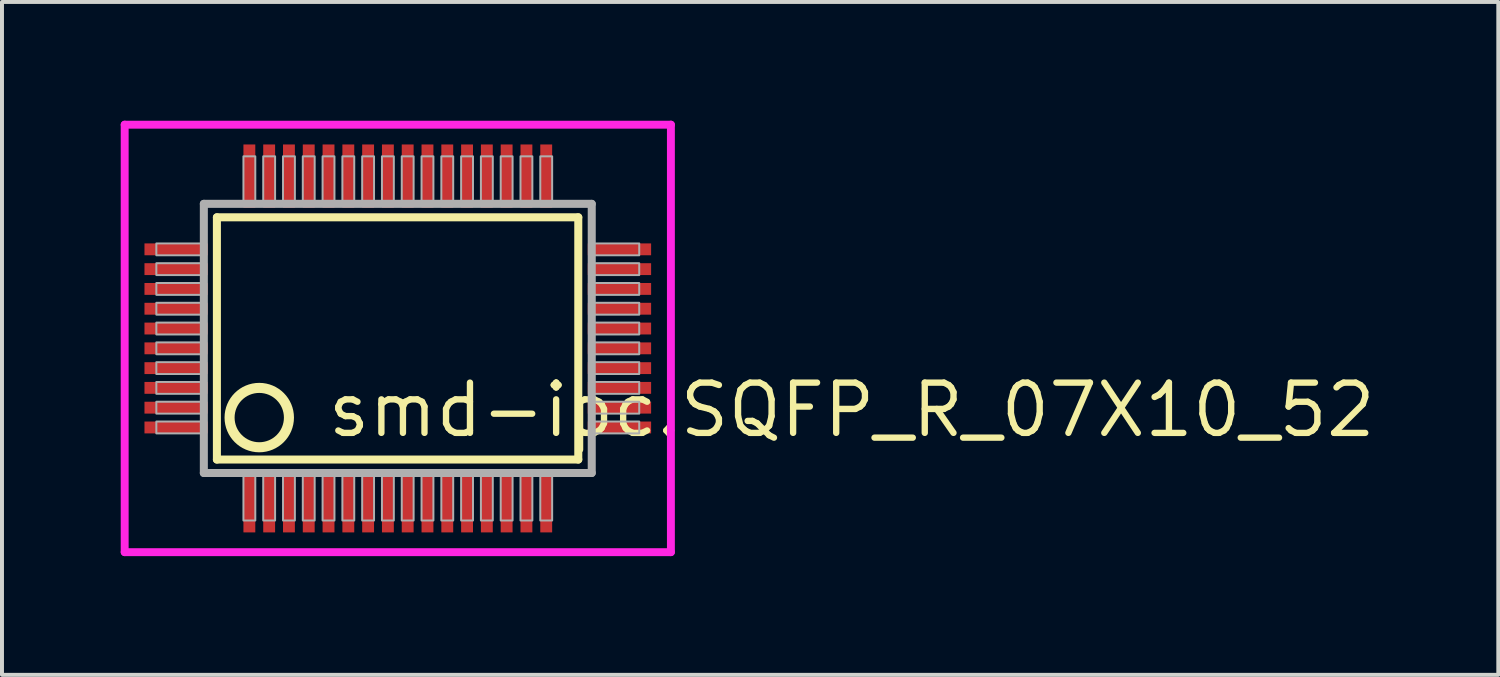
<source format=kicad_pcb>
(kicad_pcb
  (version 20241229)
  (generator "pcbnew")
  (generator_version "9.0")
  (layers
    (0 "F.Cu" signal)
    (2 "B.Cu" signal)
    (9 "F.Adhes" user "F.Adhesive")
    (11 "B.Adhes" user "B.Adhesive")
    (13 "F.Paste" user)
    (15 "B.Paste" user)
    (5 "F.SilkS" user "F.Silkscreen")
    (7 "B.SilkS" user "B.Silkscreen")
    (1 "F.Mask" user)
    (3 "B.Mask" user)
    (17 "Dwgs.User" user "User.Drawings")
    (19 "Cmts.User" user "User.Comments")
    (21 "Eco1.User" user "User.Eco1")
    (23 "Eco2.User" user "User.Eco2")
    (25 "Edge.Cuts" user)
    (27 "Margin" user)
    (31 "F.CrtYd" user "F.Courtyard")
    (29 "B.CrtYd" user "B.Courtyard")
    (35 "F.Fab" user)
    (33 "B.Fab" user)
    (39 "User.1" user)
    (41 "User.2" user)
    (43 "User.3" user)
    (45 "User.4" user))
  (footprint "smd-ipc.SQFP_R_07X10_52"
    (layer "F.Cu")
    (at 7 5.5)
    (property "Reference" "smd-ipc.SQFP_R_07X10_52" (at -1.85 2.55 0) (layer "F.SilkS") (effects (font (size 1.27 1.27) (thickness 0.16)) (justify left bottom)))
    (attr smd)
    (fp_line (start -4.57 -3.06) (end 4.56 -3.06) (stroke (width 0.203) (type default)) (layer "F.SilkS"))
    (fp_line (start -4.57 3.06) (end -4.57 -3.06) (stroke (width 0.203) (type default)) (layer "F.SilkS"))
    (fp_line (start 4.56 -3.06) (end 4.56 3.06) (stroke (width 0.203) (type default)) (layer "F.SilkS"))
    (fp_line (start 4.56 3.06) (end -4.57 3.06) (stroke (width 0.203) (type default)) (layer "F.SilkS"))
    (fp_circle (center -3.5 2) (end -2.75 2) (stroke (width 0.254) (type default)) (fill no) (layer "F.SilkS"))
    (fp_line (start -6.9 -5.4) (end 6.9 -5.4) (stroke (width 0.2) (type default)) (layer "F.CrtYd"))
    (fp_line (start -6.9 5.4) (end -6.9 -5.4) (stroke (width 0.2) (type default)) (layer "F.CrtYd"))
    (fp_line (start 6.9 -5.4) (end 6.9 5.4) (stroke (width 0.2) (type default)) (layer "F.CrtYd"))
    (fp_line (start 6.9 5.4) (end -6.9 5.4) (stroke (width 0.2) (type default)) (layer "F.CrtYd"))
    (fp_line (start -4.9 -3.4) (end -4.9 3.4) (stroke (width 0.203) (type default)) (layer "F.Fab"))
    (fp_line (start -4.9 3.4) (end 4.9 3.4) (stroke (width 0.203) (type default)) (layer "F.Fab"))
    (fp_line (start 4.9 -3.4) (end -4.9 -3.4) (stroke (width 0.203) (type default)) (layer "F.Fab"))
    (fp_line (start 4.9 3.4) (end 4.9 -3.4) (stroke (width 0.203) (type default)) (layer "F.Fab"))
    (fp_rect (start -6.1 -2.1) (end -4.95 -2.4) (stroke (width 0.05) (type default)) (fill no) (layer "F.Fab"))
    (fp_rect (start -6.1 -1.6) (end -4.95 -1.9) (stroke (width 0.05) (type default)) (fill no) (layer "F.Fab"))
    (fp_rect (start -6.1 -1.1) (end -4.95 -1.4) (stroke (width 0.05) (type default)) (fill no) (layer "F.Fab"))
    (fp_rect (start -6.1 -0.6) (end -4.95 -0.9) (stroke (width 0.05) (type default)) (fill no) (layer "F.Fab"))
    (fp_rect (start -6.1 -0.1) (end -4.95 -0.4) (stroke (width 0.05) (type default)) (fill no) (layer "F.Fab"))
    (fp_rect (start -6.1 0.4) (end -4.95 0.1) (stroke (width 0.05) (type default)) (fill no) (layer "F.Fab"))
    (fp_rect (start -6.1 0.9) (end -4.95 0.6) (stroke (width 0.05) (type default)) (fill no) (layer "F.Fab"))
    (fp_rect (start -6.1 1.4) (end -4.95 1.1) (stroke (width 0.05) (type default)) (fill no) (layer "F.Fab"))
    (fp_rect (start -6.1 1.9) (end -4.95 1.6) (stroke (width 0.05) (type default)) (fill no) (layer "F.Fab"))
    (fp_rect (start -6.1 2.4) (end -4.95 2.1) (stroke (width 0.05) (type default)) (fill no) (layer "F.Fab"))
    (fp_rect (start -3.9 -3.45) (end -3.6 -4.6) (stroke (width 0.05) (type default)) (fill no) (layer "F.Fab"))
    (fp_rect (start -3.9 4.6) (end -3.6 3.45) (stroke (width 0.05) (type default)) (fill no) (layer "F.Fab"))
    (fp_rect (start -3.4 -3.45) (end -3.1 -4.6) (stroke (width 0.05) (type default)) (fill no) (layer "F.Fab"))
    (fp_rect (start -3.4 4.6) (end -3.1 3.45) (stroke (width 0.05) (type default)) (fill no) (layer "F.Fab"))
    (fp_rect (start -2.9 -3.45) (end -2.6 -4.6) (stroke (width 0.05) (type default)) (fill no) (layer "F.Fab"))
    (fp_rect (start -2.9 4.6) (end -2.6 3.45) (stroke (width 0.05) (type default)) (fill no) (layer "F.Fab"))
    (fp_rect (start -2.4 -3.45) (end -2.1 -4.6) (stroke (width 0.05) (type default)) (fill no) (layer "F.Fab"))
    (fp_rect (start -2.4 4.6) (end -2.1 3.45) (stroke (width 0.05) (type default)) (fill no) (layer "F.Fab"))
    (fp_rect (start -1.9 -3.45) (end -1.6 -4.6) (stroke (width 0.05) (type default)) (fill no) (layer "F.Fab"))
    (fp_rect (start -1.9 4.6) (end -1.6 3.45) (stroke (width 0.05) (type default)) (fill no) (layer "F.Fab"))
    (fp_rect (start -1.4 -3.45) (end -1.1 -4.6) (stroke (width 0.05) (type default)) (fill no) (layer "F.Fab"))
    (fp_rect (start -1.4 4.6) (end -1.1 3.45) (stroke (width 0.05) (type default)) (fill no) (layer "F.Fab"))
    (fp_rect (start -0.9 -3.45) (end -0.6 -4.6) (stroke (width 0.05) (type default)) (fill no) (layer "F.Fab"))
    (fp_rect (start -0.9 4.6) (end -0.6 3.45) (stroke (width 0.05) (type default)) (fill no) (layer "F.Fab"))
    (fp_rect (start -0.4 -3.45) (end -0.1 -4.6) (stroke (width 0.05) (type default)) (fill no) (layer "F.Fab"))
    (fp_rect (start -0.4 4.6) (end -0.1 3.45) (stroke (width 0.05) (type default)) (fill no) (layer "F.Fab"))
    (fp_rect (start 0.1 -3.45) (end 0.4 -4.6) (stroke (width 0.05) (type default)) (fill no) (layer "F.Fab"))
    (fp_rect (start 0.1 4.6) (end 0.4 3.45) (stroke (width 0.05) (type default)) (fill no) (layer "F.Fab"))
    (fp_rect (start 0.6 -3.45) (end 0.9 -4.6) (stroke (width 0.05) (type default)) (fill no) (layer "F.Fab"))
    (fp_rect (start 0.6 4.6) (end 0.9 3.45) (stroke (width 0.05) (type default)) (fill no) (layer "F.Fab"))
    (fp_rect (start 1.1 -3.45) (end 1.4 -4.6) (stroke (width 0.05) (type default)) (fill no) (layer "F.Fab"))
    (fp_rect (start 1.1 4.6) (end 1.4 3.45) (stroke (width 0.05) (type default)) (fill no) (layer "F.Fab"))
    (fp_rect (start 1.6 -3.45) (end 1.9 -4.6) (stroke (width 0.05) (type default)) (fill no) (layer "F.Fab"))
    (fp_rect (start 1.6 4.6) (end 1.9 3.45) (stroke (width 0.05) (type default)) (fill no) (layer "F.Fab"))
    (fp_rect (start 2.1 -3.45) (end 2.4 -4.6) (stroke (width 0.05) (type default)) (fill no) (layer "F.Fab"))
    (fp_rect (start 2.1 4.6) (end 2.4 3.45) (stroke (width 0.05) (type default)) (fill no) (layer "F.Fab"))
    (fp_rect (start 2.6 -3.45) (end 2.9 -4.6) (stroke (width 0.05) (type default)) (fill no) (layer "F.Fab"))
    (fp_rect (start 2.6 4.6) (end 2.9 3.45) (stroke (width 0.05) (type default)) (fill no) (layer "F.Fab"))
    (fp_rect (start 3.1 -3.45) (end 3.4 -4.6) (stroke (width 0.05) (type default)) (fill no) (layer "F.Fab"))
    (fp_rect (start 3.1 4.6) (end 3.4 3.45) (stroke (width 0.05) (type default)) (fill no) (layer "F.Fab"))
    (fp_rect (start 3.6 -3.45) (end 3.9 -4.6) (stroke (width 0.05) (type default)) (fill no) (layer "F.Fab"))
    (fp_rect (start 3.6 4.6) (end 3.9 3.45) (stroke (width 0.05) (type default)) (fill no) (layer "F.Fab"))
    (fp_rect (start 4.95 -2.1) (end 6.1 -2.4) (stroke (width 0.05) (type default)) (fill no) (layer "F.Fab"))
    (fp_rect (start 4.95 -1.6) (end 6.1 -1.9) (stroke (width 0.05) (type default)) (fill no) (layer "F.Fab"))
    (fp_rect (start 4.95 -1.1) (end 6.1 -1.4) (stroke (width 0.05) (type default)) (fill no) (layer "F.Fab"))
    (fp_rect (start 4.95 -0.6) (end 6.1 -0.9) (stroke (width 0.05) (type default)) (fill no) (layer "F.Fab"))
    (fp_rect (start 4.95 -0.1) (end 6.1 -0.4) (stroke (width 0.05) (type default)) (fill no) (layer "F.Fab"))
    (fp_rect (start 4.95 0.4) (end 6.1 0.1) (stroke (width 0.05) (type default)) (fill no) (layer "F.Fab"))
    (fp_rect (start 4.95 0.9) (end 6.1 0.6) (stroke (width 0.05) (type default)) (fill no) (layer "F.Fab"))
    (fp_rect (start 4.95 1.4) (end 6.1 1.1) (stroke (width 0.05) (type default)) (fill no) (layer "F.Fab"))
    (fp_rect (start 4.95 1.9) (end 6.1 1.6) (stroke (width 0.05) (type default)) (fill no) (layer "F.Fab"))
    (fp_rect (start 4.95 2.4) (end 6.1 2.1) (stroke (width 0.05) (type default)) (fill no) (layer "F.Fab"))
    (pad "1" smd roundrect (at -3.75 4.1) (size 0.3 1.6) (layers "F.Cu" "F.Mask" "F.Paste") (roundrect_rratio 0.01))
    (pad "2" smd roundrect (at -3.25 4.1) (size 0.3 1.6) (layers "F.Cu" "F.Mask" "F.Paste") (roundrect_rratio 0.01))
    (pad "3" smd roundrect (at -2.75 4.1) (size 0.3 1.6) (layers "F.Cu" "F.Mask" "F.Paste") (roundrect_rratio 0.01))
    (pad "4" smd roundrect (at -2.25 4.1) (size 0.3 1.6) (layers "F.Cu" "F.Mask" "F.Paste") (roundrect_rratio 0.01))
    (pad "5" smd roundrect (at -1.75 4.1) (size 0.3 1.6) (layers "F.Cu" "F.Mask" "F.Paste") (roundrect_rratio 0.01))
    (pad "6" smd roundrect (at -1.25 4.1) (size 0.3 1.6) (layers "F.Cu" "F.Mask" "F.Paste") (roundrect_rratio 0.01))
    (pad "7" smd roundrect (at -0.75 4.1) (size 0.3 1.6) (layers "F.Cu" "F.Mask" "F.Paste") (roundrect_rratio 0.01))
    (pad "8" smd roundrect (at -0.25 4.1) (size 0.3 1.6) (layers "F.Cu" "F.Mask" "F.Paste") (roundrect_rratio 0.01))
    (pad "9" smd roundrect (at 0.25 4.1) (size 0.3 1.6) (layers "F.Cu" "F.Mask" "F.Paste") (roundrect_rratio 0.01))
    (pad "10" smd roundrect (at 0.75 4.1) (size 0.3 1.6) (layers "F.Cu" "F.Mask" "F.Paste") (roundrect_rratio 0.01))
    (pad "11" smd roundrect (at 1.25 4.1) (size 0.3 1.6) (layers "F.Cu" "F.Mask" "F.Paste") (roundrect_rratio 0.01))
    (pad "12" smd roundrect (at 1.75 4.1) (size 0.3 1.6) (layers "F.Cu" "F.Mask" "F.Paste") (roundrect_rratio 0.01))
    (pad "13" smd roundrect (at 2.25 4.1) (size 0.3 1.6) (layers "F.Cu" "F.Mask" "F.Paste") (roundrect_rratio 0.01))
    (pad "14" smd roundrect (at 2.75 4.1) (size 0.3 1.6) (layers "F.Cu" "F.Mask" "F.Paste") (roundrect_rratio 0.01))
    (pad "15" smd roundrect (at 3.25 4.1) (size 0.3 1.6) (layers "F.Cu" "F.Mask" "F.Paste") (roundrect_rratio 0.01))
    (pad "16" smd roundrect (at 3.75 4.1) (size 0.3 1.6) (layers "F.Cu" "F.Mask" "F.Paste") (roundrect_rratio 0.01))
    (pad "17" smd roundrect (at 5.6 2.25) (size 1.6 0.3) (layers "F.Cu" "F.Mask" "F.Paste") (roundrect_rratio 0.01))
    (pad "18" smd roundrect (at 5.6 1.75) (size 1.6 0.3) (layers "F.Cu" "F.Mask" "F.Paste") (roundrect_rratio 0.01))
    (pad "19" smd roundrect (at 5.6 1.25) (size 1.6 0.3) (layers "F.Cu" "F.Mask" "F.Paste") (roundrect_rratio 0.01))
    (pad "20" smd roundrect (at 5.6 0.75) (size 1.6 0.3) (layers "F.Cu" "F.Mask" "F.Paste") (roundrect_rratio 0.01))
    (pad "21" smd roundrect (at 5.6 0.25) (size 1.6 0.3) (layers "F.Cu" "F.Mask" "F.Paste") (roundrect_rratio 0.01))
    (pad "22" smd roundrect (at 5.6 -0.25) (size 1.6 0.3) (layers "F.Cu" "F.Mask" "F.Paste") (roundrect_rratio 0.01))
    (pad "23" smd roundrect (at 5.6 -0.75) (size 1.6 0.3) (layers "F.Cu" "F.Mask" "F.Paste") (roundrect_rratio 0.01))
    (pad "24" smd roundrect (at 5.6 -1.25) (size 1.6 0.3) (layers "F.Cu" "F.Mask" "F.Paste") (roundrect_rratio 0.01))
    (pad "25" smd roundrect (at 5.6 -1.75) (size 1.6 0.3) (layers "F.Cu" "F.Mask" "F.Paste") (roundrect_rratio 0.01))
    (pad "26" smd roundrect (at 5.6 -2.25) (size 1.6 0.3) (layers "F.Cu" "F.Mask" "F.Paste") (roundrect_rratio 0.01))
    (pad "27" smd roundrect (at 3.75 -4.1) (size 0.3 1.6) (layers "F.Cu" "F.Mask" "F.Paste") (roundrect_rratio 0.01))
    (pad "28" smd roundrect (at 3.25 -4.1) (size 0.3 1.6) (layers "F.Cu" "F.Mask" "F.Paste") (roundrect_rratio 0.01))
    (pad "29" smd roundrect (at 2.75 -4.1) (size 0.3 1.6) (layers "F.Cu" "F.Mask" "F.Paste") (roundrect_rratio 0.01))
    (pad "30" smd roundrect (at 2.25 -4.1) (size 0.3 1.6) (layers "F.Cu" "F.Mask" "F.Paste") (roundrect_rratio 0.01))
    (pad "31" smd roundrect (at 1.75 -4.1) (size 0.3 1.6) (layers "F.Cu" "F.Mask" "F.Paste") (roundrect_rratio 0.01))
    (pad "32" smd roundrect (at 1.25 -4.1) (size 0.3 1.6) (layers "F.Cu" "F.Mask" "F.Paste") (roundrect_rratio 0.01))
    (pad "33" smd roundrect (at 0.75 -4.1) (size 0.3 1.6) (layers "F.Cu" "F.Mask" "F.Paste") (roundrect_rratio 0.01))
    (pad "34" smd roundrect (at 0.25 -4.1) (size 0.3 1.6) (layers "F.Cu" "F.Mask" "F.Paste") (roundrect_rratio 0.01))
    (pad "35" smd roundrect (at -0.25 -4.1) (size 0.3 1.6) (layers "F.Cu" "F.Mask" "F.Paste") (roundrect_rratio 0.01))
    (pad "36" smd roundrect (at -0.75 -4.1) (size 0.3 1.6) (layers "F.Cu" "F.Mask" "F.Paste") (roundrect_rratio 0.01))
    (pad "37" smd roundrect (at -1.25 -4.1) (size 0.3 1.6) (layers "F.Cu" "F.Mask" "F.Paste") (roundrect_rratio 0.01))
    (pad "38" smd roundrect (at -1.75 -4.1) (size 0.3 1.6) (layers "F.Cu" "F.Mask" "F.Paste") (roundrect_rratio 0.01))
    (pad "39" smd roundrect (at -2.25 -4.1) (size 0.3 1.6) (layers "F.Cu" "F.Mask" "F.Paste") (roundrect_rratio 0.01))
    (pad "40" smd roundrect (at -2.75 -4.1) (size 0.3 1.6) (layers "F.Cu" "F.Mask" "F.Paste") (roundrect_rratio 0.01))
    (pad "41" smd roundrect (at -3.25 -4.1) (size 0.3 1.6) (layers "F.Cu" "F.Mask" "F.Paste") (roundrect_rratio 0.01))
    (pad "42" smd roundrect (at -3.75 -4.1) (size 0.3 1.6) (layers "F.Cu" "F.Mask" "F.Paste") (roundrect_rratio 0.01))
    (pad "43" smd roundrect (at -5.6 -2.25) (size 1.6 0.3) (layers "F.Cu" "F.Mask" "F.Paste") (roundrect_rratio 0.01))
    (pad "44" smd roundrect (at -5.6 -1.75) (size 1.6 0.3) (layers "F.Cu" "F.Mask" "F.Paste") (roundrect_rratio 0.01))
    (pad "45" smd roundrect (at -5.6 -1.25) (size 1.6 0.3) (layers "F.Cu" "F.Mask" "F.Paste") (roundrect_rratio 0.01))
    (pad "46" smd roundrect (at -5.6 -0.75) (size 1.6 0.3) (layers "F.Cu" "F.Mask" "F.Paste") (roundrect_rratio 0.01))
    (pad "47" smd roundrect (at -5.6 -0.25) (size 1.6 0.3) (layers "F.Cu" "F.Mask" "F.Paste") (roundrect_rratio 0.01))
    (pad "48" smd roundrect (at -5.6 0.25) (size 1.6 0.3) (layers "F.Cu" "F.Mask" "F.Paste") (roundrect_rratio 0.01))
    (pad "49" smd roundrect (at -5.6 0.75) (size 1.6 0.3) (layers "F.Cu" "F.Mask" "F.Paste") (roundrect_rratio 0.01))
    (pad "50" smd roundrect (at -5.6 1.25) (size 1.6 0.3) (layers "F.Cu" "F.Mask" "F.Paste") (roundrect_rratio 0.01))
    (pad "51" smd roundrect (at -5.6 1.75) (size 1.6 0.3) (layers "F.Cu" "F.Mask" "F.Paste") (roundrect_rratio 0.01))
    (pad "52" smd roundrect (at -5.6 2.25) (size 1.6 0.3) (layers "F.Cu" "F.Mask" "F.Paste") (roundrect_rratio 0.01)))
  (gr_rect
    (start -3 -3)
    (end 34.804 14)
    (stroke (width 0.1) (type default))
    (fill no)
    (layer "Edge.Cuts")))
</source>
